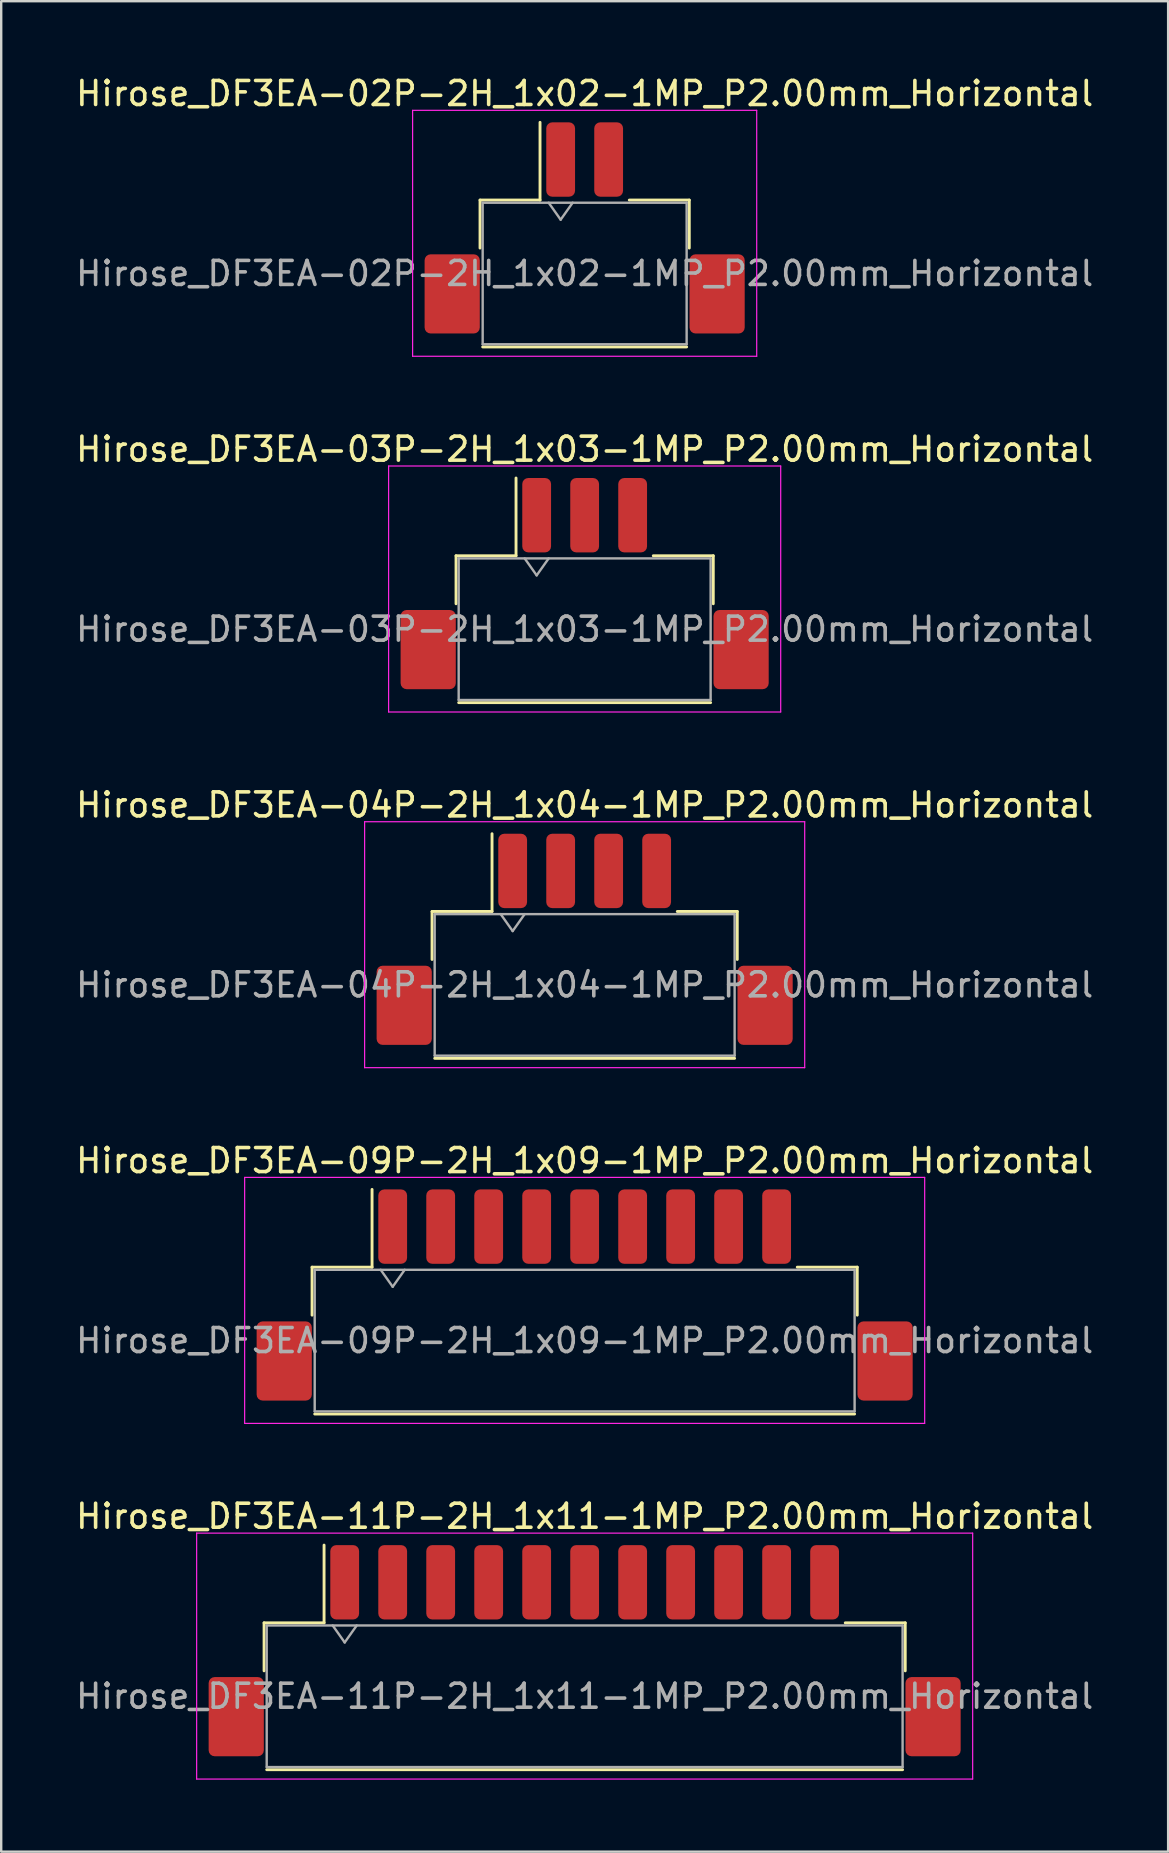
<source format=kicad_pcb>
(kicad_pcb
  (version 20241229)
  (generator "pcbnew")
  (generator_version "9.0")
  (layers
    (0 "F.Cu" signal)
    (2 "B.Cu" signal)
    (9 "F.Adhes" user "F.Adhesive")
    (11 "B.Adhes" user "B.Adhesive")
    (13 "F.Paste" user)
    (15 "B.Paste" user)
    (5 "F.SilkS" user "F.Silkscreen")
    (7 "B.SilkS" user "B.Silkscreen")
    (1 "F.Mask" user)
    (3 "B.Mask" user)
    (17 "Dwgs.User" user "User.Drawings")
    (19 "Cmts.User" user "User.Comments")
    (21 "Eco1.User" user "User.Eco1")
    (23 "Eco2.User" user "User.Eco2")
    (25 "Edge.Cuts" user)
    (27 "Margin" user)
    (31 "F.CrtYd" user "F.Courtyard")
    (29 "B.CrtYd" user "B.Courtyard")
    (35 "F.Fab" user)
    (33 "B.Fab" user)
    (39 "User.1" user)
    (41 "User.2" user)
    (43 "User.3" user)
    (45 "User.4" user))
  (footprint "Hirose_DF3EA-04P-2H_1x04-1MP_P2.00mm_Horizontal"
    (layer "F.Cu")
    (at 21.315 36.095)
    (property "Reference" "Hirose_DF3EA-04P-2H_1x04-1MP_P2.00mm_Horizontal" (at 0 -5.6 0) (layer "F.SilkS") (effects (font (size 1 1) (thickness 0.15))))
    (attr smd)
    (fp_line (start -6.36 -1.16) (end -3.86 -1.16) (stroke (width 0.12) (type solid)) (layer "F.SilkS"))
    (fp_line (start -6.36 0.84) (end -6.36 -1.16) (stroke (width 0.12) (type solid)) (layer "F.SilkS"))
    (fp_line (start -6.25 4.96) (end 6.25 4.96) (stroke (width 0.12) (type solid)) (layer "F.SilkS"))
    (fp_line (start -3.86 -1.16) (end -3.86 -4.4) (stroke (width 0.12) (type solid)) (layer "F.SilkS"))
    (fp_line (start 6.36 -1.16) (end 3.86 -1.16) (stroke (width 0.12) (type solid)) (layer "F.SilkS"))
    (fp_line (start 6.36 0.84) (end 6.36 -1.16) (stroke (width 0.12) (type solid)) (layer "F.SilkS"))
    (fp_line (start -9.17 -4.9) (end -9.17 5.35) (stroke (width 0.05) (type solid)) (layer "F.CrtYd"))
    (fp_line (start -9.17 5.35) (end 9.17 5.35) (stroke (width 0.05) (type solid)) (layer "F.CrtYd"))
    (fp_line (start 9.17 -4.9) (end -9.17 -4.9) (stroke (width 0.05) (type solid)) (layer "F.CrtYd"))
    (fp_line (start 9.17 5.35) (end 9.17 -4.9) (stroke (width 0.05) (type solid)) (layer "F.CrtYd"))
    (fp_line (start -6.25 -1.05) (end -6.25 4.85) (stroke (width 0.1) (type solid)) (layer "F.Fab"))
    (fp_line (start -6.25 -1.05) (end 6.25 -1.05) (stroke (width 0.1) (type solid)) (layer "F.Fab"))
    (fp_line (start -6.25 4.85) (end 6.25 4.85) (stroke (width 0.1) (type solid)) (layer "F.Fab"))
    (fp_line (start -3.5 -1.05) (end -3 -0.343) (stroke (width 0.1) (type solid)) (layer "F.Fab"))
    (fp_line (start -3 -0.343) (end -2.5 -1.05) (stroke (width 0.1) (type solid)) (layer "F.Fab"))
    (fp_line (start 6.25 -1.05) (end 6.25 4.85) (stroke (width 0.1) (type solid)) (layer "F.Fab"))
    (fp_text user "${REFERENCE}" (at 0 1.9 0) (layer "F.Fab") (effects (font (size 1 1) (thickness 0.15))))
    (pad "1" smd roundrect (at -3 -2.85) (size 1.2 3.1) (layers "F.Cu" "F.Mask" "F.Paste") (roundrect_rratio 0.208))
    (pad "2" smd roundrect (at -1 -2.85) (size 1.2 3.1) (layers "F.Cu" "F.Mask" "F.Paste") (roundrect_rratio 0.208))
    (pad "3" smd roundrect (at 1 -2.85) (size 1.2 3.1) (layers "F.Cu" "F.Mask" "F.Paste") (roundrect_rratio 0.208))
    (pad "4" smd roundrect (at 3 -2.85) (size 1.2 3.1) (layers "F.Cu" "F.Mask" "F.Paste") (roundrect_rratio 0.208))
    (pad "MP" smd roundrect (at -7.52 2.75) (size 2.3 3.3) (layers "F.Cu" "F.Mask" "F.Paste") (roundrect_rratio 0.109))
    (pad "MP" smd roundrect (at 7.52 2.75) (size 2.3 3.3) (layers "F.Cu" "F.Mask" "F.Paste") (roundrect_rratio 0.109)))
  (footprint "Hirose_DF3EA-09P-2H_1x09-1MP_P2.00mm_Horizontal"
    (layer "F.Cu")
    (at 21.315 50.918)
    (property "Reference" "Hirose_DF3EA-09P-2H_1x09-1MP_P2.00mm_Horizontal" (at 0 -5.6 0) (layer "F.SilkS") (effects (font (size 1 1) (thickness 0.15))))
    (attr smd)
    (fp_line (start -11.36 -1.16) (end -8.86 -1.16) (stroke (width 0.12) (type solid)) (layer "F.SilkS"))
    (fp_line (start -11.36 0.84) (end -11.36 -1.16) (stroke (width 0.12) (type solid)) (layer "F.SilkS"))
    (fp_line (start -11.25 4.96) (end 11.25 4.96) (stroke (width 0.12) (type solid)) (layer "F.SilkS"))
    (fp_line (start -8.86 -1.16) (end -8.86 -4.4) (stroke (width 0.12) (type solid)) (layer "F.SilkS"))
    (fp_line (start 11.36 -1.16) (end 8.86 -1.16) (stroke (width 0.12) (type solid)) (layer "F.SilkS"))
    (fp_line (start 11.36 0.84) (end 11.36 -1.16) (stroke (width 0.12) (type solid)) (layer "F.SilkS"))
    (fp_line (start -14.17 -4.9) (end -14.17 5.35) (stroke (width 0.05) (type solid)) (layer "F.CrtYd"))
    (fp_line (start -14.17 5.35) (end 14.17 5.35) (stroke (width 0.05) (type solid)) (layer "F.CrtYd"))
    (fp_line (start 14.17 -4.9) (end -14.17 -4.9) (stroke (width 0.05) (type solid)) (layer "F.CrtYd"))
    (fp_line (start 14.17 5.35) (end 14.17 -4.9) (stroke (width 0.05) (type solid)) (layer "F.CrtYd"))
    (fp_line (start -11.25 -1.05) (end -11.25 4.85) (stroke (width 0.1) (type solid)) (layer "F.Fab"))
    (fp_line (start -11.25 -1.05) (end 11.25 -1.05) (stroke (width 0.1) (type solid)) (layer "F.Fab"))
    (fp_line (start -11.25 4.85) (end 11.25 4.85) (stroke (width 0.1) (type solid)) (layer "F.Fab"))
    (fp_line (start -8.5 -1.05) (end -8 -0.343) (stroke (width 0.1) (type solid)) (layer "F.Fab"))
    (fp_line (start -8 -0.343) (end -7.5 -1.05) (stroke (width 0.1) (type solid)) (layer "F.Fab"))
    (fp_line (start 11.25 -1.05) (end 11.25 4.85) (stroke (width 0.1) (type solid)) (layer "F.Fab"))
    (fp_text user "${REFERENCE}" (at 0 1.9 0) (layer "F.Fab") (effects (font (size 1 1) (thickness 0.15))))
    (pad "1" smd roundrect (at -8 -2.85) (size 1.2 3.1) (layers "F.Cu" "F.Mask" "F.Paste") (roundrect_rratio 0.208))
    (pad "2" smd roundrect (at -6 -2.85) (size 1.2 3.1) (layers "F.Cu" "F.Mask" "F.Paste") (roundrect_rratio 0.208))
    (pad "3" smd roundrect (at -4 -2.85) (size 1.2 3.1) (layers "F.Cu" "F.Mask" "F.Paste") (roundrect_rratio 0.208))
    (pad "4" smd roundrect (at -2 -2.85) (size 1.2 3.1) (layers "F.Cu" "F.Mask" "F.Paste") (roundrect_rratio 0.208))
    (pad "5" smd roundrect (at 0 -2.85) (size 1.2 3.1) (layers "F.Cu" "F.Mask" "F.Paste") (roundrect_rratio 0.208))
    (pad "6" smd roundrect (at 2 -2.85) (size 1.2 3.1) (layers "F.Cu" "F.Mask" "F.Paste") (roundrect_rratio 0.208))
    (pad "7" smd roundrect (at 4 -2.85) (size 1.2 3.1) (layers "F.Cu" "F.Mask" "F.Paste") (roundrect_rratio 0.208))
    (pad "8" smd roundrect (at 6 -2.85) (size 1.2 3.1) (layers "F.Cu" "F.Mask" "F.Paste") (roundrect_rratio 0.208))
    (pad "9" smd roundrect (at 8 -2.85) (size 1.2 3.1) (layers "F.Cu" "F.Mask" "F.Paste") (roundrect_rratio 0.208))
    (pad "MP" smd roundrect (at -12.52 2.75) (size 2.3 3.3) (layers "F.Cu" "F.Mask" "F.Paste") (roundrect_rratio 0.109))
    (pad "MP" smd roundrect (at 12.52 2.75) (size 2.3 3.3) (layers "F.Cu" "F.Mask" "F.Paste") (roundrect_rratio 0.109)))
  (footprint "Hirose_DF3EA-03P-2H_1x03-1MP_P2.00mm_Horizontal"
    (layer "F.Cu")
    (at 21.315 21.271)
    (property "Reference" "Hirose_DF3EA-03P-2H_1x03-1MP_P2.00mm_Horizontal" (at 0 -5.6 0) (layer "F.SilkS") (effects (font (size 1 1) (thickness 0.15))))
    (attr smd)
    (fp_line (start -5.36 -1.16) (end -2.86 -1.16) (stroke (width 0.12) (type solid)) (layer "F.SilkS"))
    (fp_line (start -5.36 0.84) (end -5.36 -1.16) (stroke (width 0.12) (type solid)) (layer "F.SilkS"))
    (fp_line (start -5.25 4.96) (end 5.25 4.96) (stroke (width 0.12) (type solid)) (layer "F.SilkS"))
    (fp_line (start -2.86 -1.16) (end -2.86 -4.4) (stroke (width 0.12) (type solid)) (layer "F.SilkS"))
    (fp_line (start 5.36 -1.16) (end 2.86 -1.16) (stroke (width 0.12) (type solid)) (layer "F.SilkS"))
    (fp_line (start 5.36 0.84) (end 5.36 -1.16) (stroke (width 0.12) (type solid)) (layer "F.SilkS"))
    (fp_line (start -8.17 -4.9) (end -8.17 5.35) (stroke (width 0.05) (type solid)) (layer "F.CrtYd"))
    (fp_line (start -8.17 5.35) (end 8.17 5.35) (stroke (width 0.05) (type solid)) (layer "F.CrtYd"))
    (fp_line (start 8.17 -4.9) (end -8.17 -4.9) (stroke (width 0.05) (type solid)) (layer "F.CrtYd"))
    (fp_line (start 8.17 5.35) (end 8.17 -4.9) (stroke (width 0.05) (type solid)) (layer "F.CrtYd"))
    (fp_line (start -5.25 -1.05) (end -5.25 4.85) (stroke (width 0.1) (type solid)) (layer "F.Fab"))
    (fp_line (start -5.25 -1.05) (end 5.25 -1.05) (stroke (width 0.1) (type solid)) (layer "F.Fab"))
    (fp_line (start -5.25 4.85) (end 5.25 4.85) (stroke (width 0.1) (type solid)) (layer "F.Fab"))
    (fp_line (start -2.5 -1.05) (end -2 -0.343) (stroke (width 0.1) (type solid)) (layer "F.Fab"))
    (fp_line (start -2 -0.343) (end -1.5 -1.05) (stroke (width 0.1) (type solid)) (layer "F.Fab"))
    (fp_line (start 5.25 -1.05) (end 5.25 4.85) (stroke (width 0.1) (type solid)) (layer "F.Fab"))
    (fp_text user "${REFERENCE}" (at 0 1.9 0) (layer "F.Fab") (effects (font (size 1 1) (thickness 0.15))))
    (pad "1" smd roundrect (at -2 -2.85) (size 1.2 3.1) (layers "F.Cu" "F.Mask" "F.Paste") (roundrect_rratio 0.208))
    (pad "2" smd roundrect (at 0 -2.85) (size 1.2 3.1) (layers "F.Cu" "F.Mask" "F.Paste") (roundrect_rratio 0.208))
    (pad "3" smd roundrect (at 2 -2.85) (size 1.2 3.1) (layers "F.Cu" "F.Mask" "F.Paste") (roundrect_rratio 0.208))
    (pad "MP" smd roundrect (at -6.52 2.75) (size 2.3 3.3) (layers "F.Cu" "F.Mask" "F.Paste") (roundrect_rratio 0.109))
    (pad "MP" smd roundrect (at 6.52 2.75) (size 2.3 3.3) (layers "F.Cu" "F.Mask" "F.Paste") (roundrect_rratio 0.109)))
  (footprint "Hirose_DF3EA-11P-2H_1x11-1MP_P2.00mm_Horizontal"
    (layer "F.Cu")
    (at 21.315 65.741)
    (property "Reference" "Hirose_DF3EA-11P-2H_1x11-1MP_P2.00mm_Horizontal" (at 0 -5.6 0) (layer "F.SilkS") (effects (font (size 1 1) (thickness 0.15))))
    (attr smd)
    (fp_line (start -13.36 -1.16) (end -10.86 -1.16) (stroke (width 0.12) (type solid)) (layer "F.SilkS"))
    (fp_line (start -13.36 0.84) (end -13.36 -1.16) (stroke (width 0.12) (type solid)) (layer "F.SilkS"))
    (fp_line (start -13.25 4.96) (end 13.25 4.96) (stroke (width 0.12) (type solid)) (layer "F.SilkS"))
    (fp_line (start -10.86 -1.16) (end -10.86 -4.4) (stroke (width 0.12) (type solid)) (layer "F.SilkS"))
    (fp_line (start 13.36 -1.16) (end 10.86 -1.16) (stroke (width 0.12) (type solid)) (layer "F.SilkS"))
    (fp_line (start 13.36 0.84) (end 13.36 -1.16) (stroke (width 0.12) (type solid)) (layer "F.SilkS"))
    (fp_line (start -16.17 -4.9) (end -16.17 5.35) (stroke (width 0.05) (type solid)) (layer "F.CrtYd"))
    (fp_line (start -16.17 5.35) (end 16.17 5.35) (stroke (width 0.05) (type solid)) (layer "F.CrtYd"))
    (fp_line (start 16.17 -4.9) (end -16.17 -4.9) (stroke (width 0.05) (type solid)) (layer "F.CrtYd"))
    (fp_line (start 16.17 5.35) (end 16.17 -4.9) (stroke (width 0.05) (type solid)) (layer "F.CrtYd"))
    (fp_line (start -13.25 -1.05) (end -13.25 4.85) (stroke (width 0.1) (type solid)) (layer "F.Fab"))
    (fp_line (start -13.25 -1.05) (end 13.25 -1.05) (stroke (width 0.1) (type solid)) (layer "F.Fab"))
    (fp_line (start -13.25 4.85) (end 13.25 4.85) (stroke (width 0.1) (type solid)) (layer "F.Fab"))
    (fp_line (start -10.5 -1.05) (end -10 -0.343) (stroke (width 0.1) (type solid)) (layer "F.Fab"))
    (fp_line (start -10 -0.343) (end -9.5 -1.05) (stroke (width 0.1) (type solid)) (layer "F.Fab"))
    (fp_line (start 13.25 -1.05) (end 13.25 4.85) (stroke (width 0.1) (type solid)) (layer "F.Fab"))
    (fp_text user "${REFERENCE}" (at 0 1.9 0) (layer "F.Fab") (effects (font (size 1 1) (thickness 0.15))))
    (pad "1" smd roundrect (at -10 -2.85) (size 1.2 3.1) (layers "F.Cu" "F.Mask" "F.Paste") (roundrect_rratio 0.208))
    (pad "2" smd roundrect (at -8 -2.85) (size 1.2 3.1) (layers "F.Cu" "F.Mask" "F.Paste") (roundrect_rratio 0.208))
    (pad "3" smd roundrect (at -6 -2.85) (size 1.2 3.1) (layers "F.Cu" "F.Mask" "F.Paste") (roundrect_rratio 0.208))
    (pad "4" smd roundrect (at -4 -2.85) (size 1.2 3.1) (layers "F.Cu" "F.Mask" "F.Paste") (roundrect_rratio 0.208))
    (pad "5" smd roundrect (at -2 -2.85) (size 1.2 3.1) (layers "F.Cu" "F.Mask" "F.Paste") (roundrect_rratio 0.208))
    (pad "6" smd roundrect (at 0 -2.85) (size 1.2 3.1) (layers "F.Cu" "F.Mask" "F.Paste") (roundrect_rratio 0.208))
    (pad "7" smd roundrect (at 2 -2.85) (size 1.2 3.1) (layers "F.Cu" "F.Mask" "F.Paste") (roundrect_rratio 0.208))
    (pad "8" smd roundrect (at 4 -2.85) (size 1.2 3.1) (layers "F.Cu" "F.Mask" "F.Paste") (roundrect_rratio 0.208))
    (pad "9" smd roundrect (at 6 -2.85) (size 1.2 3.1) (layers "F.Cu" "F.Mask" "F.Paste") (roundrect_rratio 0.208))
    (pad "10" smd roundrect (at 8 -2.85) (size 1.2 3.1) (layers "F.Cu" "F.Mask" "F.Paste") (roundrect_rratio 0.208))
    (pad "11" smd roundrect (at 10 -2.85) (size 1.2 3.1) (layers "F.Cu" "F.Mask" "F.Paste") (roundrect_rratio 0.208))
    (pad "MP" smd roundrect (at -14.52 2.75) (size 2.3 3.3) (layers "F.Cu" "F.Mask" "F.Paste") (roundrect_rratio 0.109))
    (pad "MP" smd roundrect (at 14.52 2.75) (size 2.3 3.3) (layers "F.Cu" "F.Mask" "F.Paste") (roundrect_rratio 0.109)))
  (footprint "Hirose_DF3EA-02P-2H_1x02-1MP_P2.00mm_Horizontal"
    (layer "F.Cu")
    (at 21.315 6.448)
    (property "Reference" "Hirose_DF3EA-02P-2H_1x02-1MP_P2.00mm_Horizontal" (at 0 -5.6 0) (layer "F.SilkS") (effects (font (size 1 1) (thickness 0.15))))
    (attr smd)
    (fp_line (start -4.36 -1.16) (end -1.86 -1.16) (stroke (width 0.12) (type solid)) (layer "F.SilkS"))
    (fp_line (start -4.36 0.84) (end -4.36 -1.16) (stroke (width 0.12) (type solid)) (layer "F.SilkS"))
    (fp_line (start -4.25 4.96) (end 4.25 4.96) (stroke (width 0.12) (type solid)) (layer "F.SilkS"))
    (fp_line (start -1.86 -1.16) (end -1.86 -4.4) (stroke (width 0.12) (type solid)) (layer "F.SilkS"))
    (fp_line (start 4.36 -1.16) (end 1.86 -1.16) (stroke (width 0.12) (type solid)) (layer "F.SilkS"))
    (fp_line (start 4.36 0.84) (end 4.36 -1.16) (stroke (width 0.12) (type solid)) (layer "F.SilkS"))
    (fp_line (start -7.17 -4.9) (end -7.17 5.35) (stroke (width 0.05) (type solid)) (layer "F.CrtYd"))
    (fp_line (start -7.17 5.35) (end 7.17 5.35) (stroke (width 0.05) (type solid)) (layer "F.CrtYd"))
    (fp_line (start 7.17 -4.9) (end -7.17 -4.9) (stroke (width 0.05) (type solid)) (layer "F.CrtYd"))
    (fp_line (start 7.17 5.35) (end 7.17 -4.9) (stroke (width 0.05) (type solid)) (layer "F.CrtYd"))
    (fp_line (start -4.25 -1.05) (end -4.25 4.85) (stroke (width 0.1) (type solid)) (layer "F.Fab"))
    (fp_line (start -4.25 -1.05) (end 4.25 -1.05) (stroke (width 0.1) (type solid)) (layer "F.Fab"))
    (fp_line (start -4.25 4.85) (end 4.25 4.85) (stroke (width 0.1) (type solid)) (layer "F.Fab"))
    (fp_line (start -1.5 -1.05) (end -1 -0.343) (stroke (width 0.1) (type solid)) (layer "F.Fab"))
    (fp_line (start -1 -0.343) (end -0.5 -1.05) (stroke (width 0.1) (type solid)) (layer "F.Fab"))
    (fp_line (start 4.25 -1.05) (end 4.25 4.85) (stroke (width 0.1) (type solid)) (layer "F.Fab"))
    (fp_text user "${REFERENCE}" (at 0 1.9 0) (layer "F.Fab") (effects (font (size 1 1) (thickness 0.15))))
    (pad "1" smd roundrect (at -1 -2.85) (size 1.2 3.1) (layers "F.Cu" "F.Mask" "F.Paste") (roundrect_rratio 0.208))
    (pad "2" smd roundrect (at 1 -2.85) (size 1.2 3.1) (layers "F.Cu" "F.Mask" "F.Paste") (roundrect_rratio 0.208))
    (pad "MP" smd roundrect (at -5.52 2.75) (size 2.3 3.3) (layers "F.Cu" "F.Mask" "F.Paste") (roundrect_rratio 0.109))
    (pad "MP" smd roundrect (at 5.52 2.75) (size 2.3 3.3) (layers "F.Cu" "F.Mask" "F.Paste") (roundrect_rratio 0.109)))
  (gr_rect
    (start -3 -3)
    (end 45.631 74.116)
    (stroke (width 0.1) (type default))
    (fill no)
    (layer "Edge.Cuts")))
</source>
